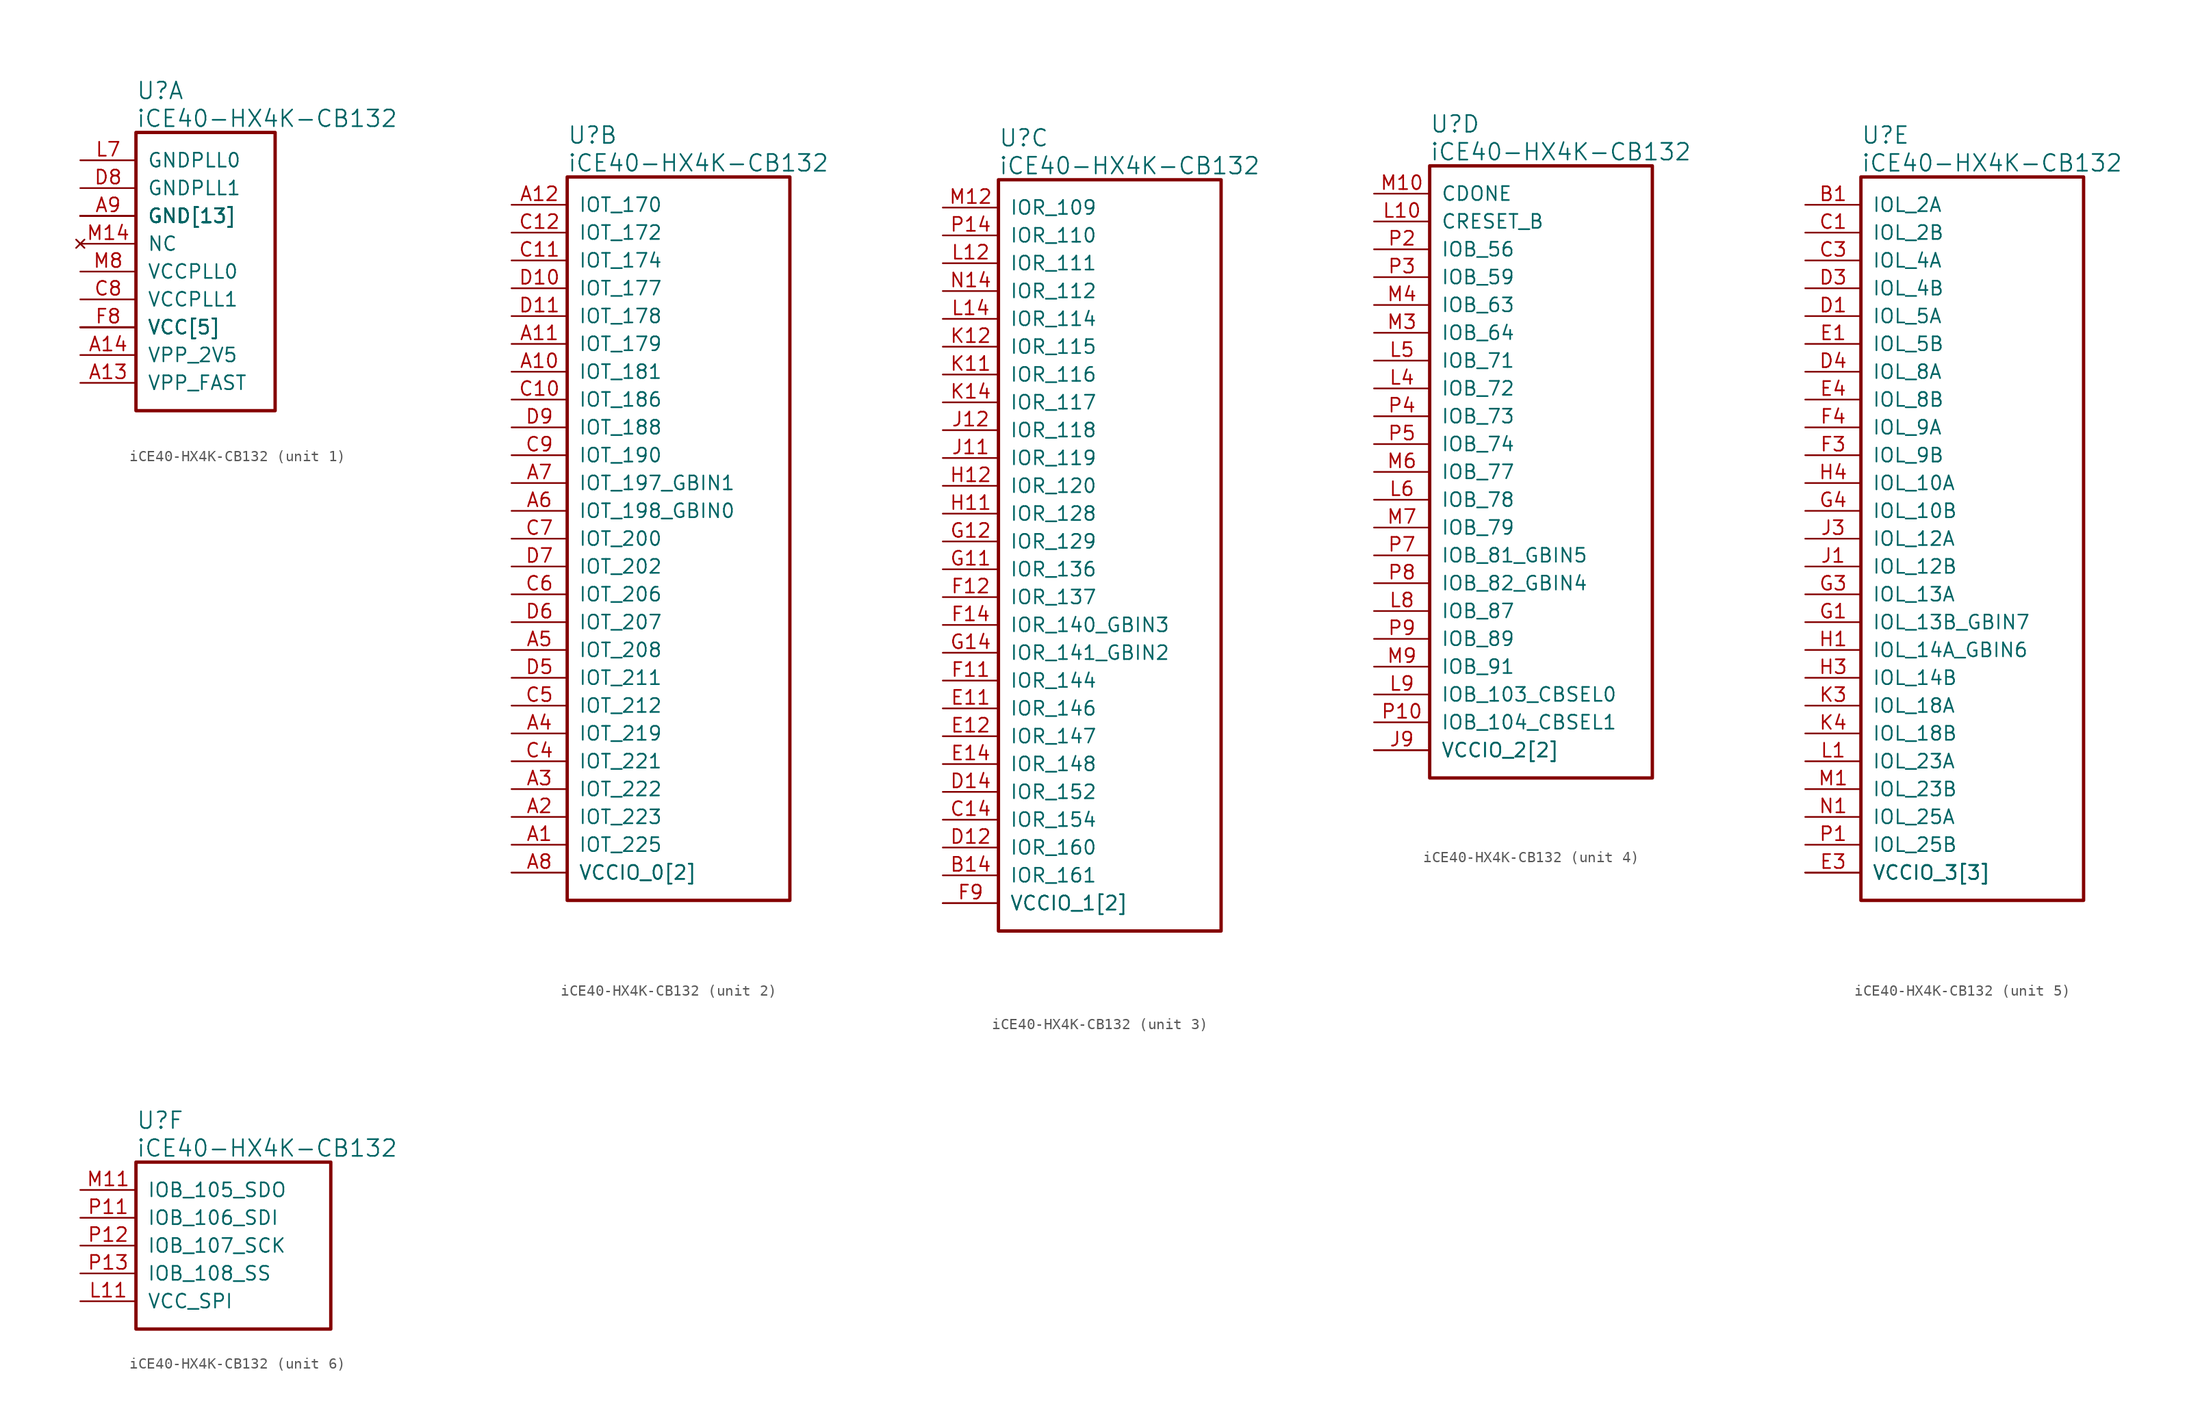
<source format=kicad_sym>
(kicad_symbol_lib
  (version 20241209)
  (generator "kicad_symbol_editor")
  (generator_version "9.0")
  (symbol "iCE40-HX4K-CB132"
    (pin_names
      (offset 1.016))
    (property "Reference" "U"
      (at 5.08 6.35 0)
      (effects (font (size 1.524 1.524)) (justify left)))
    (property "Value" "iCE40-HX4K-CB132"
      (at 5.08 3.81 0)
      (effects (font (size 1.524 1.524)) (justify left)))
    (property "ki_locked" ""
      (at 0 0 0)
      (effects (font (size 1.27 1.27))))
    (symbol "iCE40-HX4K-CB132_1_1"
      (rectangle (start 5.08 2.54) (end 17.78 -22.86) (stroke (width 0.305) (type solid)) (fill (type none)))
      (pin power_in line (at 0 0 0) (length 5.08) (name "GNDPLL0" (effects (font (size 1.27 1.27)))) (number "L7" (effects (font (size 1.27 1.27)))))
      (pin power_in line (at 0 -2.54 0) (length 5.08) (name "GNDPLL1" (effects (font (size 1.27 1.27)))) (number "D8" (effects (font (size 1.27 1.27)))))
      (pin power_in line (at 0 -5.08 0) (length 5.08) (name "GND[13]" (effects (font (size 1.27 1.27)))) (number "A9" (effects (font (size 1.27 1.27)))))
      (pin power_in line (at 0 -5.08 0) (length 5.08) (name "GND[13]" (effects (font (size 1.27 1.27)))) (number "F1" (effects (font (size 0 0)))))
      (pin power_in line (at 0 -5.08 0) (length 5.08) (name "GND[13]" (effects (font (size 1.27 1.27)))) (number "F7" (effects (font (size 0 0)))))
      (pin power_in line (at 0 -5.08 0) (length 5.08) (name "GND[13]" (effects (font (size 1.27 1.27)))) (number "G7" (effects (font (size 0 0)))))
      (pin power_in line (at 0 -5.08 0) (length 5.08) (name "GND[13]" (effects (font (size 1.27 1.27)))) (number "G8" (effects (font (size 0 0)))))
      (pin power_in line (at 0 -5.08 0) (length 5.08) (name "GND[13]" (effects (font (size 1.27 1.27)))) (number "G9" (effects (font (size 0 0)))))
      (pin power_in line (at 0 -5.08 0) (length 5.08) (name "GND[13]" (effects (font (size 1.27 1.27)))) (number "H6" (effects (font (size 0 0)))))
      (pin power_in line (at 0 -5.08 0) (length 5.08) (name "GND[13]" (effects (font (size 1.27 1.27)))) (number "H7" (effects (font (size 0 0)))))
      (pin power_in line (at 0 -5.08 0) (length 5.08) (name "GND[13]" (effects (font (size 1.27 1.27)))) (number "H8" (effects (font (size 0 0)))))
      (pin power_in line (at 0 -5.08 0) (length 5.08) (name "GND[13]" (effects (font (size 1.27 1.27)))) (number "J14" (effects (font (size 0 0)))))
      (pin power_in line (at 0 -5.08 0) (length 5.08) (name "GND[13]" (effects (font (size 1.27 1.27)))) (number "J8" (effects (font (size 0 0)))))
      (pin power_in line (at 0 -5.08 0) (length 5.08) (name "GND[13]" (effects (font (size 1.27 1.27)))) (number "L3" (effects (font (size 0 0)))))
      (pin power_in line (at 0 -5.08 0) (length 5.08) (name "GND[13]" (effects (font (size 1.27 1.27)))) (number "P6" (effects (font (size 0 0)))))
      (pin no_connect line (at 0 -7.62 0) (length 5.08) (name "NC" (effects (font (size 1.27 1.27)))) (number "M14" (effects (font (size 1.27 1.27)))))
      (pin power_in line (at 0 -10.16 0) (length 5.08) (name "VCCPLL0" (effects (font (size 1.27 1.27)))) (number "M8" (effects (font (size 1.27 1.27)))))
      (pin power_in line (at 0 -12.7 0) (length 5.08) (name "VCCPLL1" (effects (font (size 1.27 1.27)))) (number "C8" (effects (font (size 1.27 1.27)))))
      (pin power_in line (at 0 -15.24 0) (length 5.08) (name "VCC[5]" (effects (font (size 1.27 1.27)))) (number "F8" (effects (font (size 1.27 1.27)))))
      (pin power_in line (at 0 -15.24 0) (length 5.08) (name "VCC[5]" (effects (font (size 1.27 1.27)))) (number "G6" (effects (font (size 0 0)))))
      (pin power_in line (at 0 -15.24 0) (length 5.08) (name "VCC[5]" (effects (font (size 1.27 1.27)))) (number "H9" (effects (font (size 0 0)))))
      (pin power_in line (at 0 -15.24 0) (length 5.08) (name "VCC[5]" (effects (font (size 1.27 1.27)))) (number "J4" (effects (font (size 0 0)))))
      (pin power_in line (at 0 -15.24 0) (length 5.08) (name "VCC[5]" (effects (font (size 1.27 1.27)))) (number "J7" (effects (font (size 0 0)))))
      (pin power_in line (at 0 -17.78 0) (length 5.08) (name "VPP_2V5" (effects (font (size 1.27 1.27)))) (number "A14" (effects (font (size 1.27 1.27)))))
      (pin power_in line (at 0 -20.32 0) (length 5.08) (name "VPP_FAST" (effects (font (size 1.27 1.27)))) (number "A13" (effects (font (size 1.27 1.27))))))
    (symbol "iCE40-HX4K-CB132_2_1"
      (rectangle (start 5.08 2.54) (end 25.4 -63.5) (stroke (width 0.305) (type solid)) (fill (type none)))
      (pin bidirectional line (at 0 0 0) (length 5.08) (name "IOT_170" (effects (font (size 1.27 1.27)))) (number "A12" (effects (font (size 1.27 1.27)))))
      (pin bidirectional line (at 0 -2.54 0) (length 5.08) (name "IOT_172" (effects (font (size 1.27 1.27)))) (number "C12" (effects (font (size 1.27 1.27)))))
      (pin bidirectional line (at 0 -5.08 0) (length 5.08) (name "IOT_174" (effects (font (size 1.27 1.27)))) (number "C11" (effects (font (size 1.27 1.27)))))
      (pin bidirectional line (at 0 -7.62 0) (length 5.08) (name "IOT_177" (effects (font (size 1.27 1.27)))) (number "D10" (effects (font (size 1.27 1.27)))))
      (pin bidirectional line (at 0 -10.16 0) (length 5.08) (name "IOT_178" (effects (font (size 1.27 1.27)))) (number "D11" (effects (font (size 1.27 1.27)))))
      (pin bidirectional line (at 0 -12.7 0) (length 5.08) (name "IOT_179" (effects (font (size 1.27 1.27)))) (number "A11" (effects (font (size 1.27 1.27)))))
      (pin bidirectional line (at 0 -15.24 0) (length 5.08) (name "IOT_181" (effects (font (size 1.27 1.27)))) (number "A10" (effects (font (size 1.27 1.27)))))
      (pin bidirectional line (at 0 -17.78 0) (length 5.08) (name "IOT_186" (effects (font (size 1.27 1.27)))) (number "C10" (effects (font (size 1.27 1.27)))))
      (pin bidirectional line (at 0 -20.32 0) (length 5.08) (name "IOT_188" (effects (font (size 1.27 1.27)))) (number "D9" (effects (font (size 1.27 1.27)))))
      (pin bidirectional line (at 0 -22.86 0) (length 5.08) (name "IOT_190" (effects (font (size 1.27 1.27)))) (number "C9" (effects (font (size 1.27 1.27)))))
      (pin bidirectional line (at 0 -25.4 0) (length 5.08) (name "IOT_197_GBIN1" (effects (font (size 1.27 1.27)))) (number "A7" (effects (font (size 1.27 1.27)))))
      (pin bidirectional line (at 0 -27.94 0) (length 5.08) (name "IOT_198_GBIN0" (effects (font (size 1.27 1.27)))) (number "A6" (effects (font (size 1.27 1.27)))))
      (pin bidirectional line (at 0 -30.48 0) (length 5.08) (name "IOT_200" (effects (font (size 1.27 1.27)))) (number "C7" (effects (font (size 1.27 1.27)))))
      (pin bidirectional line (at 0 -33.02 0) (length 5.08) (name "IOT_202" (effects (font (size 1.27 1.27)))) (number "D7" (effects (font (size 1.27 1.27)))))
      (pin bidirectional line (at 0 -35.56 0) (length 5.08) (name "IOT_206" (effects (font (size 1.27 1.27)))) (number "C6" (effects (font (size 1.27 1.27)))))
      (pin bidirectional line (at 0 -38.1 0) (length 5.08) (name "IOT_207" (effects (font (size 1.27 1.27)))) (number "D6" (effects (font (size 1.27 1.27)))))
      (pin bidirectional line (at 0 -40.64 0) (length 5.08) (name "IOT_208" (effects (font (size 1.27 1.27)))) (number "A5" (effects (font (size 1.27 1.27)))))
      (pin bidirectional line (at 0 -43.18 0) (length 5.08) (name "IOT_211" (effects (font (size 1.27 1.27)))) (number "D5" (effects (font (size 1.27 1.27)))))
      (pin bidirectional line (at 0 -45.72 0) (length 5.08) (name "IOT_212" (effects (font (size 1.27 1.27)))) (number "C5" (effects (font (size 1.27 1.27)))))
      (pin bidirectional line (at 0 -48.26 0) (length 5.08) (name "IOT_219" (effects (font (size 1.27 1.27)))) (number "A4" (effects (font (size 1.27 1.27)))))
      (pin bidirectional line (at 0 -50.8 0) (length 5.08) (name "IOT_221" (effects (font (size 1.27 1.27)))) (number "C4" (effects (font (size 1.27 1.27)))))
      (pin bidirectional line (at 0 -53.34 0) (length 5.08) (name "IOT_222" (effects (font (size 1.27 1.27)))) (number "A3" (effects (font (size 1.27 1.27)))))
      (pin bidirectional line (at 0 -55.88 0) (length 5.08) (name "IOT_223" (effects (font (size 1.27 1.27)))) (number "A2" (effects (font (size 1.27 1.27)))))
      (pin bidirectional line (at 0 -58.42 0) (length 5.08) (name "IOT_225" (effects (font (size 1.27 1.27)))) (number "A1" (effects (font (size 1.27 1.27)))))
      (pin power_in line (at 0 -60.96 0) (length 5.08) (name "VCCIO_0[2]" (effects (font (size 1.27 1.27)))) (number "A8" (effects (font (size 1.27 1.27)))))
      (pin power_in line (at 0 -60.96 0) (length 5.08) (name "VCCIO_0[2]" (effects (font (size 1.27 1.27)))) (number "F6" (effects (font (size 0 0))))))
    (symbol "iCE40-HX4K-CB132_3_1"
      (rectangle (start 5.08 2.54) (end 25.4 -66.04) (stroke (width 0.305) (type solid)) (fill (type none)))
      (pin bidirectional line (at 0 0 0) (length 5.08) (name "IOR_109" (effects (font (size 1.27 1.27)))) (number "M12" (effects (font (size 1.27 1.27)))))
      (pin bidirectional line (at 0 -2.54 0) (length 5.08) (name "IOR_110" (effects (font (size 1.27 1.27)))) (number "P14" (effects (font (size 1.27 1.27)))))
      (pin bidirectional line (at 0 -5.08 0) (length 5.08) (name "IOR_111" (effects (font (size 1.27 1.27)))) (number "L12" (effects (font (size 1.27 1.27)))))
      (pin bidirectional line (at 0 -7.62 0) (length 5.08) (name "IOR_112" (effects (font (size 1.27 1.27)))) (number "N14" (effects (font (size 1.27 1.27)))))
      (pin bidirectional line (at 0 -10.16 0) (length 5.08) (name "IOR_114" (effects (font (size 1.27 1.27)))) (number "L14" (effects (font (size 1.27 1.27)))))
      (pin bidirectional line (at 0 -12.7 0) (length 5.08) (name "IOR_115" (effects (font (size 1.27 1.27)))) (number "K12" (effects (font (size 1.27 1.27)))))
      (pin bidirectional line (at 0 -15.24 0) (length 5.08) (name "IOR_116" (effects (font (size 1.27 1.27)))) (number "K11" (effects (font (size 1.27 1.27)))))
      (pin bidirectional line (at 0 -17.78 0) (length 5.08) (name "IOR_117" (effects (font (size 1.27 1.27)))) (number "K14" (effects (font (size 1.27 1.27)))))
      (pin bidirectional line (at 0 -20.32 0) (length 5.08) (name "IOR_118" (effects (font (size 1.27 1.27)))) (number "J12" (effects (font (size 1.27 1.27)))))
      (pin bidirectional line (at 0 -22.86 0) (length 5.08) (name "IOR_119" (effects (font (size 1.27 1.27)))) (number "J11" (effects (font (size 1.27 1.27)))))
      (pin bidirectional line (at 0 -25.4 0) (length 5.08) (name "IOR_120" (effects (font (size 1.27 1.27)))) (number "H12" (effects (font (size 1.27 1.27)))))
      (pin bidirectional line (at 0 -27.94 0) (length 5.08) (name "IOR_128" (effects (font (size 1.27 1.27)))) (number "H11" (effects (font (size 1.27 1.27)))))
      (pin bidirectional line (at 0 -30.48 0) (length 5.08) (name "IOR_129" (effects (font (size 1.27 1.27)))) (number "G12" (effects (font (size 1.27 1.27)))))
      (pin bidirectional line (at 0 -33.02 0) (length 5.08) (name "IOR_136" (effects (font (size 1.27 1.27)))) (number "G11" (effects (font (size 1.27 1.27)))))
      (pin bidirectional line (at 0 -35.56 0) (length 5.08) (name "IOR_137" (effects (font (size 1.27 1.27)))) (number "F12" (effects (font (size 1.27 1.27)))))
      (pin bidirectional line (at 0 -38.1 0) (length 5.08) (name "IOR_140_GBIN3" (effects (font (size 1.27 1.27)))) (number "F14" (effects (font (size 1.27 1.27)))))
      (pin bidirectional line (at 0 -40.64 0) (length 5.08) (name "IOR_141_GBIN2" (effects (font (size 1.27 1.27)))) (number "G14" (effects (font (size 1.27 1.27)))))
      (pin bidirectional line (at 0 -43.18 0) (length 5.08) (name "IOR_144" (effects (font (size 1.27 1.27)))) (number "F11" (effects (font (size 1.27 1.27)))))
      (pin bidirectional line (at 0 -45.72 0) (length 5.08) (name "IOR_146" (effects (font (size 1.27 1.27)))) (number "E11" (effects (font (size 1.27 1.27)))))
      (pin bidirectional line (at 0 -48.26 0) (length 5.08) (name "IOR_147" (effects (font (size 1.27 1.27)))) (number "E12" (effects (font (size 1.27 1.27)))))
      (pin bidirectional line (at 0 -50.8 0) (length 5.08) (name "IOR_148" (effects (font (size 1.27 1.27)))) (number "E14" (effects (font (size 1.27 1.27)))))
      (pin bidirectional line (at 0 -53.34 0) (length 5.08) (name "IOR_152" (effects (font (size 1.27 1.27)))) (number "D14" (effects (font (size 1.27 1.27)))))
      (pin bidirectional line (at 0 -55.88 0) (length 5.08) (name "IOR_154" (effects (font (size 1.27 1.27)))) (number "C14" (effects (font (size 1.27 1.27)))))
      (pin bidirectional line (at 0 -58.42 0) (length 5.08) (name "IOR_160" (effects (font (size 1.27 1.27)))) (number "D12" (effects (font (size 1.27 1.27)))))
      (pin bidirectional line (at 0 -60.96 0) (length 5.08) (name "IOR_161" (effects (font (size 1.27 1.27)))) (number "B14" (effects (font (size 1.27 1.27)))))
      (pin power_in line (at 0 -63.5 0) (length 5.08) (name "VCCIO_1[2]" (effects (font (size 1.27 1.27)))) (number "F9" (effects (font (size 1.27 1.27)))))
      (pin power_in line (at 0 -63.5 0) (length 5.08) (name "VCCIO_1[2]" (effects (font (size 1.27 1.27)))) (number "H14" (effects (font (size 0 0))))))
    (symbol "iCE40-HX4K-CB132_4_1"
      (rectangle (start 5.08 2.54) (end 25.4 -53.34) (stroke (width 0.305) (type solid)) (fill (type none)))
      (pin output line (at 0 0 0) (length 5.08) (name "CDONE" (effects (font (size 1.27 1.27)))) (number "M10" (effects (font (size 1.27 1.27)))))
      (pin input line (at 0 -2.54 0) (length 5.08) (name "CRESET_B" (effects (font (size 1.27 1.27)))) (number "L10" (effects (font (size 1.27 1.27)))))
      (pin bidirectional line (at 0 -5.08 0) (length 5.08) (name "IOB_56" (effects (font (size 1.27 1.27)))) (number "P2" (effects (font (size 1.27 1.27)))))
      (pin bidirectional line (at 0 -7.62 0) (length 5.08) (name "IOB_59" (effects (font (size 1.27 1.27)))) (number "P3" (effects (font (size 1.27 1.27)))))
      (pin bidirectional line (at 0 -10.16 0) (length 5.08) (name "IOB_63" (effects (font (size 1.27 1.27)))) (number "M4" (effects (font (size 1.27 1.27)))))
      (pin bidirectional line (at 0 -12.7 0) (length 5.08) (name "IOB_64" (effects (font (size 1.27 1.27)))) (number "M3" (effects (font (size 1.27 1.27)))))
      (pin bidirectional line (at 0 -15.24 0) (length 5.08) (name "IOB_71" (effects (font (size 1.27 1.27)))) (number "L5" (effects (font (size 1.27 1.27)))))
      (pin bidirectional line (at 0 -17.78 0) (length 5.08) (name "IOB_72" (effects (font (size 1.27 1.27)))) (number "L4" (effects (font (size 1.27 1.27)))))
      (pin bidirectional line (at 0 -20.32 0) (length 5.08) (name "IOB_73" (effects (font (size 1.27 1.27)))) (number "P4" (effects (font (size 1.27 1.27)))))
      (pin bidirectional line (at 0 -22.86 0) (length 5.08) (name "IOB_74" (effects (font (size 1.27 1.27)))) (number "P5" (effects (font (size 1.27 1.27)))))
      (pin bidirectional line (at 0 -25.4 0) (length 5.08) (name "IOB_77" (effects (font (size 1.27 1.27)))) (number "M6" (effects (font (size 1.27 1.27)))))
      (pin bidirectional line (at 0 -27.94 0) (length 5.08) (name "IOB_78" (effects (font (size 1.27 1.27)))) (number "L6" (effects (font (size 1.27 1.27)))))
      (pin bidirectional line (at 0 -30.48 0) (length 5.08) (name "IOB_79" (effects (font (size 1.27 1.27)))) (number "M7" (effects (font (size 1.27 1.27)))))
      (pin bidirectional line (at 0 -33.02 0) (length 5.08) (name "IOB_81_GBIN5" (effects (font (size 1.27 1.27)))) (number "P7" (effects (font (size 1.27 1.27)))))
      (pin bidirectional line (at 0 -35.56 0) (length 5.08) (name "IOB_82_GBIN4" (effects (font (size 1.27 1.27)))) (number "P8" (effects (font (size 1.27 1.27)))))
      (pin bidirectional line (at 0 -38.1 0) (length 5.08) (name "IOB_87" (effects (font (size 1.27 1.27)))) (number "L8" (effects (font (size 1.27 1.27)))))
      (pin bidirectional line (at 0 -40.64 0) (length 5.08) (name "IOB_89" (effects (font (size 1.27 1.27)))) (number "P9" (effects (font (size 1.27 1.27)))))
      (pin bidirectional line (at 0 -43.18 0) (length 5.08) (name "IOB_91" (effects (font (size 1.27 1.27)))) (number "M9" (effects (font (size 1.27 1.27)))))
      (pin bidirectional line (at 0 -45.72 0) (length 5.08) (name "IOB_103_CBSEL0" (effects (font (size 1.27 1.27)))) (number "L9" (effects (font (size 1.27 1.27)))))
      (pin bidirectional line (at 0 -48.26 0) (length 5.08) (name "IOB_104_CBSEL1" (effects (font (size 1.27 1.27)))) (number "P10" (effects (font (size 1.27 1.27)))))
      (pin power_in line (at 0 -50.8 0) (length 5.08) (name "VCCIO_2[2]" (effects (font (size 1.27 1.27)))) (number "J9" (effects (font (size 1.27 1.27)))))
      (pin power_in line (at 0 -50.8 0) (length 5.08) (name "VCCIO_2[2]" (effects (font (size 1.27 1.27)))) (number "M5" (effects (font (size 0 0))))))
    (symbol "iCE40-HX4K-CB132_5_1"
      (rectangle (start 5.08 2.54) (end 25.4 -63.5) (stroke (width 0.305) (type solid)) (fill (type none)))
      (pin bidirectional line (at 0 0 0) (length 5.08) (name "IOL_2A" (effects (font (size 1.27 1.27)))) (number "B1" (effects (font (size 1.27 1.27)))))
      (pin bidirectional line (at 0 -2.54 0) (length 5.08) (name "IOL_2B" (effects (font (size 1.27 1.27)))) (number "C1" (effects (font (size 1.27 1.27)))))
      (pin bidirectional line (at 0 -5.08 0) (length 5.08) (name "IOL_4A" (effects (font (size 1.27 1.27)))) (number "C3" (effects (font (size 1.27 1.27)))))
      (pin bidirectional line (at 0 -7.62 0) (length 5.08) (name "IOL_4B" (effects (font (size 1.27 1.27)))) (number "D3" (effects (font (size 1.27 1.27)))))
      (pin bidirectional line (at 0 -10.16 0) (length 5.08) (name "IOL_5A" (effects (font (size 1.27 1.27)))) (number "D1" (effects (font (size 1.27 1.27)))))
      (pin bidirectional line (at 0 -12.7 0) (length 5.08) (name "IOL_5B" (effects (font (size 1.27 1.27)))) (number "E1" (effects (font (size 1.27 1.27)))))
      (pin bidirectional line (at 0 -15.24 0) (length 5.08) (name "IOL_8A" (effects (font (size 1.27 1.27)))) (number "D4" (effects (font (size 1.27 1.27)))))
      (pin bidirectional line (at 0 -17.78 0) (length 5.08) (name "IOL_8B" (effects (font (size 1.27 1.27)))) (number "E4" (effects (font (size 1.27 1.27)))))
      (pin bidirectional line (at 0 -20.32 0) (length 5.08) (name "IOL_9A" (effects (font (size 1.27 1.27)))) (number "F4" (effects (font (size 1.27 1.27)))))
      (pin bidirectional line (at 0 -22.86 0) (length 5.08) (name "IOL_9B" (effects (font (size 1.27 1.27)))) (number "F3" (effects (font (size 1.27 1.27)))))
      (pin bidirectional line (at 0 -25.4 0) (length 5.08) (name "IOL_10A" (effects (font (size 1.27 1.27)))) (number "H4" (effects (font (size 1.27 1.27)))))
      (pin bidirectional line (at 0 -27.94 0) (length 5.08) (name "IOL_10B" (effects (font (size 1.27 1.27)))) (number "G4" (effects (font (size 1.27 1.27)))))
      (pin bidirectional line (at 0 -30.48 0) (length 5.08) (name "IOL_12A" (effects (font (size 1.27 1.27)))) (number "J3" (effects (font (size 1.27 1.27)))))
      (pin bidirectional line (at 0 -33.02 0) (length 5.08) (name "IOL_12B" (effects (font (size 1.27 1.27)))) (number "J1" (effects (font (size 1.27 1.27)))))
      (pin bidirectional line (at 0 -35.56 0) (length 5.08) (name "IOL_13A" (effects (font (size 1.27 1.27)))) (number "G3" (effects (font (size 1.27 1.27)))))
      (pin bidirectional line (at 0 -38.1 0) (length 5.08) (name "IOL_13B_GBIN7" (effects (font (size 1.27 1.27)))) (number "G1" (effects (font (size 1.27 1.27)))))
      (pin bidirectional line (at 0 -40.64 0) (length 5.08) (name "IOL_14A_GBIN6" (effects (font (size 1.27 1.27)))) (number "H1" (effects (font (size 1.27 1.27)))))
      (pin bidirectional line (at 0 -43.18 0) (length 5.08) (name "IOL_14B" (effects (font (size 1.27 1.27)))) (number "H3" (effects (font (size 1.27 1.27)))))
      (pin bidirectional line (at 0 -45.72 0) (length 5.08) (name "IOL_18A" (effects (font (size 1.27 1.27)))) (number "K3" (effects (font (size 1.27 1.27)))))
      (pin bidirectional line (at 0 -48.26 0) (length 5.08) (name "IOL_18B" (effects (font (size 1.27 1.27)))) (number "K4" (effects (font (size 1.27 1.27)))))
      (pin bidirectional line (at 0 -50.8 0) (length 5.08) (name "IOL_23A" (effects (font (size 1.27 1.27)))) (number "L1" (effects (font (size 1.27 1.27)))))
      (pin bidirectional line (at 0 -53.34 0) (length 5.08) (name "IOL_23B" (effects (font (size 1.27 1.27)))) (number "M1" (effects (font (size 1.27 1.27)))))
      (pin bidirectional line (at 0 -55.88 0) (length 5.08) (name "IOL_25A" (effects (font (size 1.27 1.27)))) (number "N1" (effects (font (size 1.27 1.27)))))
      (pin bidirectional line (at 0 -58.42 0) (length 5.08) (name "IOL_25B" (effects (font (size 1.27 1.27)))) (number "P1" (effects (font (size 1.27 1.27)))))
      (pin power_in line (at 0 -60.96 0) (length 5.08) (name "VCCIO_3[3]" (effects (font (size 1.27 1.27)))) (number "E3" (effects (font (size 1.27 1.27)))))
      (pin power_in line (at 0 -60.96 0) (length 5.08) (name "VCCIO_3[3]" (effects (font (size 1.27 1.27)))) (number "J6" (effects (font (size 0 0)))))
      (pin power_in line (at 0 -60.96 0) (length 5.08) (name "VCCIO_3[3]" (effects (font (size 1.27 1.27)))) (number "K1" (effects (font (size 0 0))))))
    (symbol "iCE40-HX4K-CB132_6_1"
      (rectangle (start 5.08 2.54) (end 22.86 -12.7) (stroke (width 0.305) (type solid)) (fill (type none)))
      (pin bidirectional line (at 0 0 0) (length 5.08) (name "IOB_105_SDO" (effects (font (size 1.27 1.27)))) (number "M11" (effects (font (size 1.27 1.27)))))
      (pin bidirectional line (at 0 -2.54 0) (length 5.08) (name "IOB_106_SDI" (effects (font (size 1.27 1.27)))) (number "P11" (effects (font (size 1.27 1.27)))))
      (pin bidirectional line (at 0 -5.08 0) (length 5.08) (name "IOB_107_SCK" (effects (font (size 1.27 1.27)))) (number "P12" (effects (font (size 1.27 1.27)))))
      (pin bidirectional line (at 0 -7.62 0) (length 5.08) (name "IOB_108_SS" (effects (font (size 1.27 1.27)))) (number "P13" (effects (font (size 1.27 1.27)))))
      (pin power_in line (at 0 -10.16 0) (length 5.08) (name "VCC_SPI" (effects (font (size 1.27 1.27)))) (number "L11" (effects (font (size 1.27 1.27))))))))
</source>
